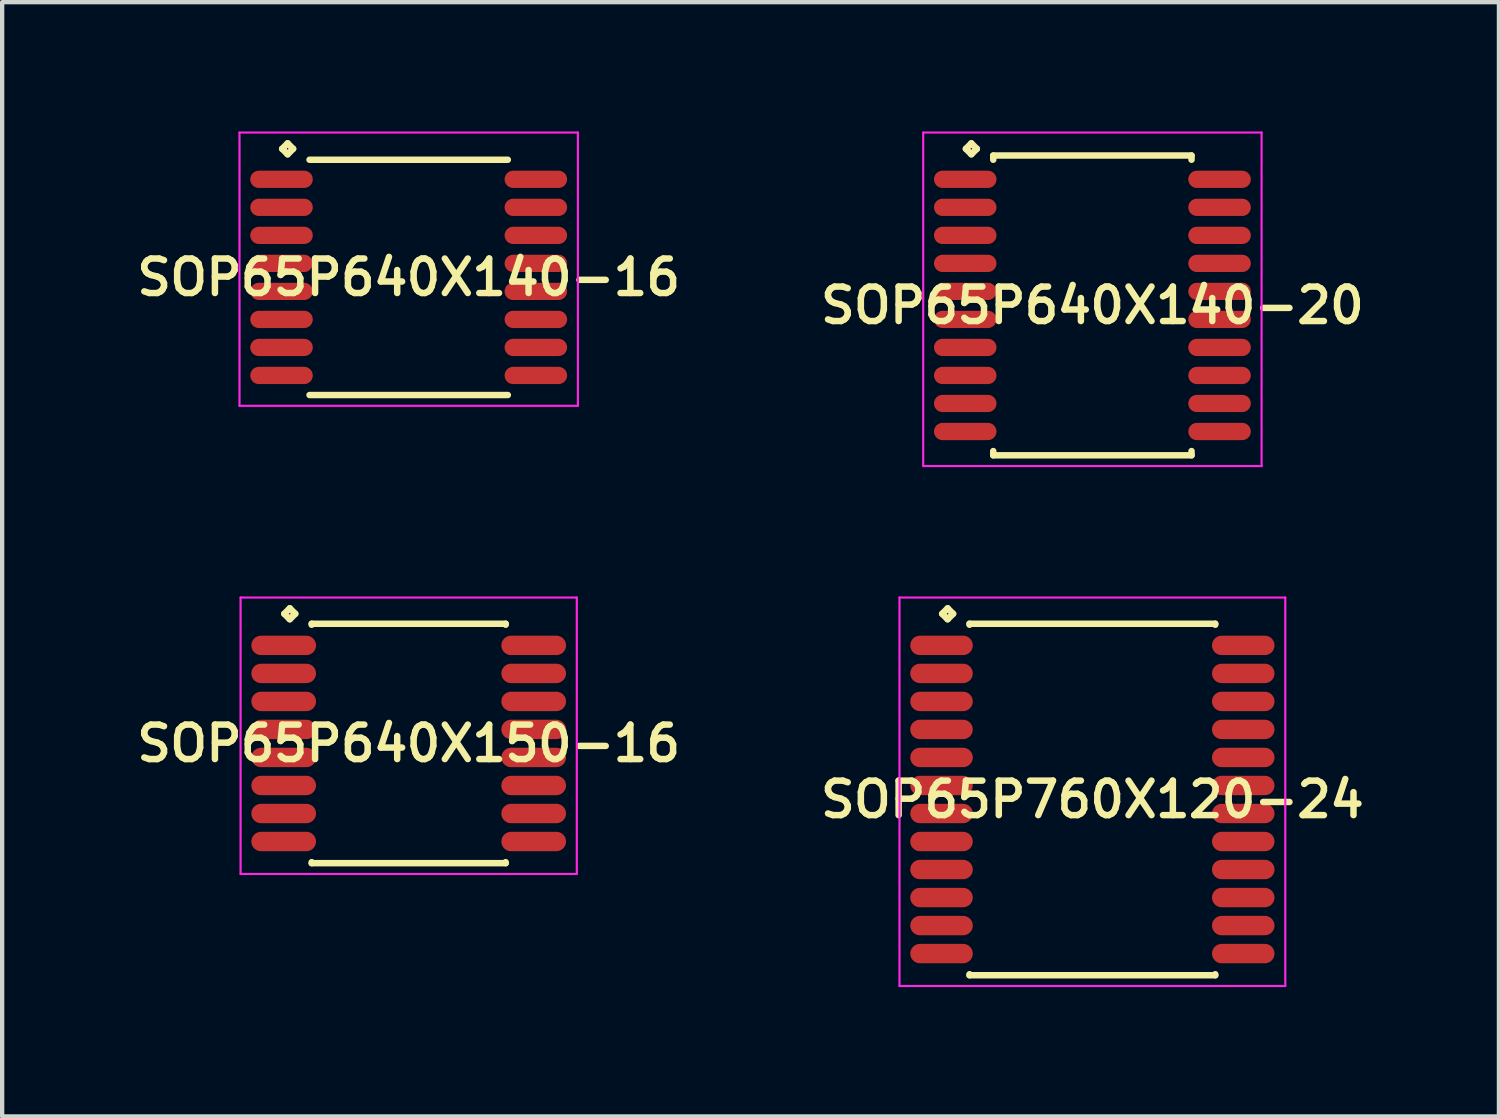
<source format=kicad_pcb>
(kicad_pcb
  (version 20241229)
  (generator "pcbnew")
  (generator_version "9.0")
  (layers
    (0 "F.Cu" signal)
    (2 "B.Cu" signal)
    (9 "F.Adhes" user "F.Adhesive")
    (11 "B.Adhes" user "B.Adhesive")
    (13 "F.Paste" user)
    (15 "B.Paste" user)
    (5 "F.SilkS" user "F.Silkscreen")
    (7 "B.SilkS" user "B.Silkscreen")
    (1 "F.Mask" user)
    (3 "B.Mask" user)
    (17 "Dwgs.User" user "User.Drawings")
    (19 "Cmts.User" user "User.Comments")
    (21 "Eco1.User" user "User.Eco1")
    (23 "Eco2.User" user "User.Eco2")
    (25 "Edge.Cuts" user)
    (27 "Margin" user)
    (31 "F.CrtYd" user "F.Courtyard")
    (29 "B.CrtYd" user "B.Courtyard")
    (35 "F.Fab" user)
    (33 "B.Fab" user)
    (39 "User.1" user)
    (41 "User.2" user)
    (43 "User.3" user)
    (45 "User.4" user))
  (footprint "SOP65P640X140-16"
    (layer "F.Cu")
    (at 6.431 3.385)
    (property "Reference" "SOP65P640X140-16" (at 0 0 0) (layer "F.SilkS") (effects (font (size 0.8 0.8) (thickness 0.15))))
    (attr smd)
    (fp_line (start -2.935 -2.983) (end -2.808 -3.11) (stroke (width 0.15) (type solid)) (layer "F.SilkS"))
    (fp_line (start -2.808 -3.11) (end -2.681 -2.983) (stroke (width 0.15) (type solid)) (layer "F.SilkS"))
    (fp_line (start -2.808 -2.856) (end -2.935 -2.983) (stroke (width 0.15) (type solid)) (layer "F.SilkS"))
    (fp_line (start -2.681 -2.983) (end -2.808 -2.856) (stroke (width 0.15) (type solid)) (layer "F.SilkS"))
    (fp_line (start -2.3 -2.729) (end 2.3 -2.729) (stroke (width 0.15) (type solid)) (layer "F.SilkS"))
    (fp_line (start -2.3 2.729) (end 2.3 2.729) (stroke (width 0.15) (type solid)) (layer "F.SilkS"))
    (fp_line (start -3.925 -3.36) (end 3.925 -3.36) (stroke (width 0.05) (type solid)) (layer "F.CrtYd"))
    (fp_line (start -3.925 2.979) (end -3.925 -3.36) (stroke (width 0.05) (type solid)) (layer "F.CrtYd"))
    (fp_line (start 3.925 -3.36) (end 3.925 2.979) (stroke (width 0.05) (type solid)) (layer "F.CrtYd"))
    (fp_line (start 3.925 2.979) (end -3.925 2.979) (stroke (width 0.05) (type solid)) (layer "F.CrtYd"))
    (pad "1" smd oval (at -2.95 -2.275) (size 1.45 0.4) (layers "F.Cu" "F.Mask" "F.Paste"))
    (pad "2" smd oval (at -2.95 -1.625) (size 1.45 0.4) (layers "F.Cu" "F.Mask" "F.Paste"))
    (pad "3" smd oval (at -2.95 -0.975) (size 1.45 0.4) (layers "F.Cu" "F.Mask" "F.Paste"))
    (pad "4" smd oval (at -2.95 -0.325) (size 1.45 0.4) (layers "F.Cu" "F.Mask" "F.Paste"))
    (pad "5" smd oval (at -2.95 0.325) (size 1.45 0.4) (layers "F.Cu" "F.Mask" "F.Paste"))
    (pad "6" smd oval (at -2.95 0.975) (size 1.45 0.4) (layers "F.Cu" "F.Mask" "F.Paste"))
    (pad "7" smd oval (at -2.95 1.625) (size 1.45 0.4) (layers "F.Cu" "F.Mask" "F.Paste"))
    (pad "8" smd oval (at -2.95 2.275) (size 1.45 0.4) (layers "F.Cu" "F.Mask" "F.Paste"))
    (pad "9" smd oval (at 2.95 2.275) (size 1.45 0.4) (layers "F.Cu" "F.Mask" "F.Paste"))
    (pad "10" smd oval (at 2.95 1.625) (size 1.45 0.4) (layers "F.Cu" "F.Mask" "F.Paste"))
    (pad "11" smd oval (at 2.95 0.975) (size 1.45 0.4) (layers "F.Cu" "F.Mask" "F.Paste"))
    (pad "12" smd oval (at 2.95 0.325) (size 1.45 0.4) (layers "F.Cu" "F.Mask" "F.Paste"))
    (pad "13" smd oval (at 2.95 -0.325) (size 1.45 0.4) (layers "F.Cu" "F.Mask" "F.Paste"))
    (pad "14" smd oval (at 2.95 -0.975) (size 1.45 0.4) (layers "F.Cu" "F.Mask" "F.Paste"))
    (pad "15" smd oval (at 2.95 -1.625) (size 1.45 0.4) (layers "F.Cu" "F.Mask" "F.Paste"))
    (pad "16" smd oval (at 2.95 -2.275) (size 1.45 0.4) (layers "F.Cu" "F.Mask" "F.Paste")))
  (footprint "SOP65P640X140-20"
    (layer "F.Cu")
    (at 22.292 4.035)
    (property "Reference" "SOP65P640X140-20" (at 0 0 0) (layer "F.SilkS") (effects (font (size 0.8 0.8) (thickness 0.15))))
    (attr smd)
    (fp_line (start -2.935 -3.633) (end -2.808 -3.76) (stroke (width 0.15) (type solid)) (layer "F.SilkS"))
    (fp_line (start -2.808 -3.76) (end -2.681 -3.633) (stroke (width 0.15) (type solid)) (layer "F.SilkS"))
    (fp_line (start -2.808 -3.506) (end -2.935 -3.633) (stroke (width 0.15) (type solid)) (layer "F.SilkS"))
    (fp_line (start -2.681 -3.633) (end -2.808 -3.506) (stroke (width 0.15) (type solid)) (layer "F.SilkS"))
    (fp_line (start -2.3 -3.477) (end 2.3 -3.477) (stroke (width 0.15) (type solid)) (layer "F.SilkS"))
    (fp_line (start -2.3 -3.379) (end -2.3 -3.477) (stroke (width 0.15) (type solid)) (layer "F.SilkS"))
    (fp_line (start -2.3 3.379) (end -2.3 3.477) (stroke (width 0.15) (type solid)) (layer "F.SilkS"))
    (fp_line (start -2.3 3.477) (end 2.3 3.477) (stroke (width 0.15) (type solid)) (layer "F.SilkS"))
    (fp_line (start 2.3 -3.477) (end 2.3 -3.379) (stroke (width 0.15) (type solid)) (layer "F.SilkS"))
    (fp_line (start 2.3 3.477) (end 2.3 3.379) (stroke (width 0.15) (type solid)) (layer "F.SilkS"))
    (fp_line (start -3.925 -4.01) (end 3.925 -4.01) (stroke (width 0.05) (type solid)) (layer "F.CrtYd"))
    (fp_line (start -3.925 3.727) (end -3.925 -4.01) (stroke (width 0.05) (type solid)) (layer "F.CrtYd"))
    (fp_line (start 3.925 -4.01) (end 3.925 3.727) (stroke (width 0.05) (type solid)) (layer "F.CrtYd"))
    (fp_line (start 3.925 3.727) (end -3.925 3.727) (stroke (width 0.05) (type solid)) (layer "F.CrtYd"))
    (pad "1" smd oval (at -2.95 -2.925) (size 1.45 0.4) (layers "F.Cu" "F.Mask" "F.Paste"))
    (pad "2" smd oval (at -2.95 -2.275) (size 1.45 0.4) (layers "F.Cu" "F.Mask" "F.Paste"))
    (pad "3" smd oval (at -2.95 -1.625) (size 1.45 0.4) (layers "F.Cu" "F.Mask" "F.Paste"))
    (pad "4" smd oval (at -2.95 -0.975) (size 1.45 0.4) (layers "F.Cu" "F.Mask" "F.Paste"))
    (pad "5" smd oval (at -2.95 -0.325) (size 1.45 0.4) (layers "F.Cu" "F.Mask" "F.Paste"))
    (pad "6" smd oval (at -2.95 0.325) (size 1.45 0.4) (layers "F.Cu" "F.Mask" "F.Paste"))
    (pad "7" smd oval (at -2.95 0.975) (size 1.45 0.4) (layers "F.Cu" "F.Mask" "F.Paste"))
    (pad "8" smd oval (at -2.95 1.625) (size 1.45 0.4) (layers "F.Cu" "F.Mask" "F.Paste"))
    (pad "9" smd oval (at -2.95 2.275) (size 1.45 0.4) (layers "F.Cu" "F.Mask" "F.Paste"))
    (pad "10" smd oval (at -2.95 2.925) (size 1.45 0.4) (layers "F.Cu" "F.Mask" "F.Paste"))
    (pad "11" smd oval (at 2.95 2.925) (size 1.45 0.4) (layers "F.Cu" "F.Mask" "F.Paste"))
    (pad "12" smd oval (at 2.95 2.275) (size 1.45 0.4) (layers "F.Cu" "F.Mask" "F.Paste"))
    (pad "13" smd oval (at 2.95 1.625) (size 1.45 0.4) (layers "F.Cu" "F.Mask" "F.Paste"))
    (pad "14" smd oval (at 2.95 0.975) (size 1.45 0.4) (layers "F.Cu" "F.Mask" "F.Paste"))
    (pad "15" smd oval (at 2.95 0.325) (size 1.45 0.4) (layers "F.Cu" "F.Mask" "F.Paste"))
    (pad "16" smd oval (at 2.95 -0.325) (size 1.45 0.4) (layers "F.Cu" "F.Mask" "F.Paste"))
    (pad "17" smd oval (at 2.95 -0.975) (size 1.45 0.4) (layers "F.Cu" "F.Mask" "F.Paste"))
    (pad "18" smd oval (at 2.95 -1.625) (size 1.45 0.4) (layers "F.Cu" "F.Mask" "F.Paste"))
    (pad "19" smd oval (at 2.95 -2.275) (size 1.45 0.4) (layers "F.Cu" "F.Mask" "F.Paste"))
    (pad "20" smd oval (at 2.95 -2.925) (size 1.45 0.4) (layers "F.Cu" "F.Mask" "F.Paste")))
  (footprint "SOP65P640X150-16"
    (layer "F.Cu")
    (at 6.431 14.197)
    (property "Reference" "SOP65P640X150-16" (at 0 0 0) (layer "F.SilkS") (effects (font (size 0.8 0.8) (thickness 0.15))))
    (attr smd)
    (fp_line (start -2.885 -3.008) (end -2.758 -3.135) (stroke (width 0.15) (type solid)) (layer "F.SilkS"))
    (fp_line (start -2.758 -3.135) (end -2.631 -3.008) (stroke (width 0.15) (type solid)) (layer "F.SilkS"))
    (fp_line (start -2.758 -2.881) (end -2.885 -3.008) (stroke (width 0.15) (type solid)) (layer "F.SilkS"))
    (fp_line (start -2.631 -3.008) (end -2.758 -2.881) (stroke (width 0.15) (type solid)) (layer "F.SilkS"))
    (fp_line (start -2.25 -2.777) (end 2.25 -2.777) (stroke (width 0.15) (type solid)) (layer "F.SilkS"))
    (fp_line (start -2.25 -2.754) (end -2.25 -2.777) (stroke (width 0.15) (type solid)) (layer "F.SilkS"))
    (fp_line (start -2.25 2.754) (end -2.25 2.777) (stroke (width 0.15) (type solid)) (layer "F.SilkS"))
    (fp_line (start -2.25 2.777) (end 2.25 2.777) (stroke (width 0.15) (type solid)) (layer "F.SilkS"))
    (fp_line (start 2.25 -2.777) (end 2.25 -2.754) (stroke (width 0.15) (type solid)) (layer "F.SilkS"))
    (fp_line (start 2.25 2.777) (end 2.25 2.754) (stroke (width 0.15) (type solid)) (layer "F.SilkS"))
    (fp_line (start -3.9 -3.385) (end 3.9 -3.385) (stroke (width 0.05) (type solid)) (layer "F.CrtYd"))
    (fp_line (start -3.9 3.027) (end -3.9 -3.385) (stroke (width 0.05) (type solid)) (layer "F.CrtYd"))
    (fp_line (start 3.9 -3.385) (end 3.9 3.027) (stroke (width 0.05) (type solid)) (layer "F.CrtYd"))
    (fp_line (start 3.9 3.027) (end -3.9 3.027) (stroke (width 0.05) (type solid)) (layer "F.CrtYd"))
    (pad "1" smd oval (at -2.9 -2.275) (size 1.5 0.45) (layers "F.Cu" "F.Mask" "F.Paste"))
    (pad "2" smd oval (at -2.9 -1.625) (size 1.5 0.45) (layers "F.Cu" "F.Mask" "F.Paste"))
    (pad "3" smd oval (at -2.9 -0.975) (size 1.5 0.45) (layers "F.Cu" "F.Mask" "F.Paste"))
    (pad "4" smd oval (at -2.9 -0.325) (size 1.5 0.45) (layers "F.Cu" "F.Mask" "F.Paste"))
    (pad "5" smd oval (at -2.9 0.325) (size 1.5 0.45) (layers "F.Cu" "F.Mask" "F.Paste"))
    (pad "6" smd oval (at -2.9 0.975) (size 1.5 0.45) (layers "F.Cu" "F.Mask" "F.Paste"))
    (pad "7" smd oval (at -2.9 1.625) (size 1.5 0.45) (layers "F.Cu" "F.Mask" "F.Paste"))
    (pad "8" smd oval (at -2.9 2.275) (size 1.5 0.45) (layers "F.Cu" "F.Mask" "F.Paste"))
    (pad "9" smd oval (at 2.9 2.275) (size 1.5 0.45) (layers "F.Cu" "F.Mask" "F.Paste"))
    (pad "10" smd oval (at 2.9 1.625) (size 1.5 0.45) (layers "F.Cu" "F.Mask" "F.Paste"))
    (pad "11" smd oval (at 2.9 0.975) (size 1.5 0.45) (layers "F.Cu" "F.Mask" "F.Paste"))
    (pad "12" smd oval (at 2.9 0.325) (size 1.5 0.45) (layers "F.Cu" "F.Mask" "F.Paste"))
    (pad "13" smd oval (at 2.9 -0.325) (size 1.5 0.45) (layers "F.Cu" "F.Mask" "F.Paste"))
    (pad "14" smd oval (at 2.9 -0.975) (size 1.5 0.45) (layers "F.Cu" "F.Mask" "F.Paste"))
    (pad "15" smd oval (at 2.9 -1.625) (size 1.5 0.45) (layers "F.Cu" "F.Mask" "F.Paste"))
    (pad "16" smd oval (at 2.9 -2.275) (size 1.5 0.45) (layers "F.Cu" "F.Mask" "F.Paste")))
  (footprint "SOP65P760X120-24"
    (layer "F.Cu")
    (at 22.292 15.497)
    (property "Reference" "SOP65P760X120-24" (at 0 0 0) (layer "F.SilkS") (effects (font (size 0.8 0.8) (thickness 0.15))))
    (attr smd)
    (fp_line (start -3.485 -4.308) (end -3.358 -4.435) (stroke (width 0.15) (type solid)) (layer "F.SilkS"))
    (fp_line (start -3.358 -4.435) (end -3.231 -4.308) (stroke (width 0.15) (type solid)) (layer "F.SilkS"))
    (fp_line (start -3.358 -4.181) (end -3.485 -4.308) (stroke (width 0.15) (type solid)) (layer "F.SilkS"))
    (fp_line (start -3.231 -4.308) (end -3.358 -4.181) (stroke (width 0.15) (type solid)) (layer "F.SilkS"))
    (fp_line (start -2.85 -4.077) (end 2.85 -4.077) (stroke (width 0.15) (type solid)) (layer "F.SilkS"))
    (fp_line (start -2.85 -4.054) (end -2.85 -4.077) (stroke (width 0.15) (type solid)) (layer "F.SilkS"))
    (fp_line (start -2.85 4.054) (end -2.85 4.077) (stroke (width 0.15) (type solid)) (layer "F.SilkS"))
    (fp_line (start -2.85 4.077) (end 2.85 4.077) (stroke (width 0.15) (type solid)) (layer "F.SilkS"))
    (fp_line (start 2.85 -4.077) (end 2.85 -4.054) (stroke (width 0.15) (type solid)) (layer "F.SilkS"))
    (fp_line (start 2.85 4.077) (end 2.85 4.054) (stroke (width 0.15) (type solid)) (layer "F.SilkS"))
    (fp_line (start -4.475 -4.685) (end 4.475 -4.685) (stroke (width 0.05) (type solid)) (layer "F.CrtYd"))
    (fp_line (start -4.475 4.327) (end -4.475 -4.685) (stroke (width 0.05) (type solid)) (layer "F.CrtYd"))
    (fp_line (start 4.475 -4.685) (end 4.475 4.327) (stroke (width 0.05) (type solid)) (layer "F.CrtYd"))
    (fp_line (start 4.475 4.327) (end -4.475 4.327) (stroke (width 0.05) (type solid)) (layer "F.CrtYd"))
    (pad "1" smd oval (at -3.5 -3.575) (size 1.45 0.45) (layers "F.Cu" "F.Mask" "F.Paste"))
    (pad "2" smd oval (at -3.5 -2.925) (size 1.45 0.45) (layers "F.Cu" "F.Mask" "F.Paste"))
    (pad "3" smd oval (at -3.5 -2.275) (size 1.45 0.45) (layers "F.Cu" "F.Mask" "F.Paste"))
    (pad "4" smd oval (at -3.5 -1.625) (size 1.45 0.45) (layers "F.Cu" "F.Mask" "F.Paste"))
    (pad "5" smd oval (at -3.5 -0.975) (size 1.45 0.45) (layers "F.Cu" "F.Mask" "F.Paste"))
    (pad "6" smd oval (at -3.5 -0.325) (size 1.45 0.45) (layers "F.Cu" "F.Mask" "F.Paste"))
    (pad "7" smd oval (at -3.5 0.325) (size 1.45 0.45) (layers "F.Cu" "F.Mask" "F.Paste"))
    (pad "8" smd oval (at -3.5 0.975) (size 1.45 0.45) (layers "F.Cu" "F.Mask" "F.Paste"))
    (pad "9" smd oval (at -3.5 1.625) (size 1.45 0.45) (layers "F.Cu" "F.Mask" "F.Paste"))
    (pad "10" smd oval (at -3.5 2.275) (size 1.45 0.45) (layers "F.Cu" "F.Mask" "F.Paste"))
    (pad "11" smd oval (at -3.5 2.925) (size 1.45 0.45) (layers "F.Cu" "F.Mask" "F.Paste"))
    (pad "12" smd oval (at -3.5 3.575) (size 1.45 0.45) (layers "F.Cu" "F.Mask" "F.Paste"))
    (pad "13" smd oval (at 3.5 3.575) (size 1.45 0.45) (layers "F.Cu" "F.Mask" "F.Paste"))
    (pad "14" smd oval (at 3.5 2.925) (size 1.45 0.45) (layers "F.Cu" "F.Mask" "F.Paste"))
    (pad "15" smd oval (at 3.5 2.275) (size 1.45 0.45) (layers "F.Cu" "F.Mask" "F.Paste"))
    (pad "16" smd oval (at 3.5 1.625) (size 1.45 0.45) (layers "F.Cu" "F.Mask" "F.Paste"))
    (pad "17" smd oval (at 3.5 0.975) (size 1.45 0.45) (layers "F.Cu" "F.Mask" "F.Paste"))
    (pad "18" smd oval (at 3.5 0.325) (size 1.45 0.45) (layers "F.Cu" "F.Mask" "F.Paste"))
    (pad "19" smd oval (at 3.5 -0.325) (size 1.45 0.45) (layers "F.Cu" "F.Mask" "F.Paste"))
    (pad "20" smd oval (at 3.5 -0.975) (size 1.45 0.45) (layers "F.Cu" "F.Mask" "F.Paste"))
    (pad "21" smd oval (at 3.5 -1.625) (size 1.45 0.45) (layers "F.Cu" "F.Mask" "F.Paste"))
    (pad "22" smd oval (at 3.5 -2.275) (size 1.45 0.45) (layers "F.Cu" "F.Mask" "F.Paste"))
    (pad "23" smd oval (at 3.5 -2.925) (size 1.45 0.45) (layers "F.Cu" "F.Mask" "F.Paste"))
    (pad "24" smd oval (at 3.5 -3.575) (size 1.45 0.45) (layers "F.Cu" "F.Mask" "F.Paste")))
  (gr_rect
    (start -3 -3)
    (end 31.723 22.849)
    (stroke (width 0.1) (type default))
    (fill no)
    (layer "Edge.Cuts")))
</source>
